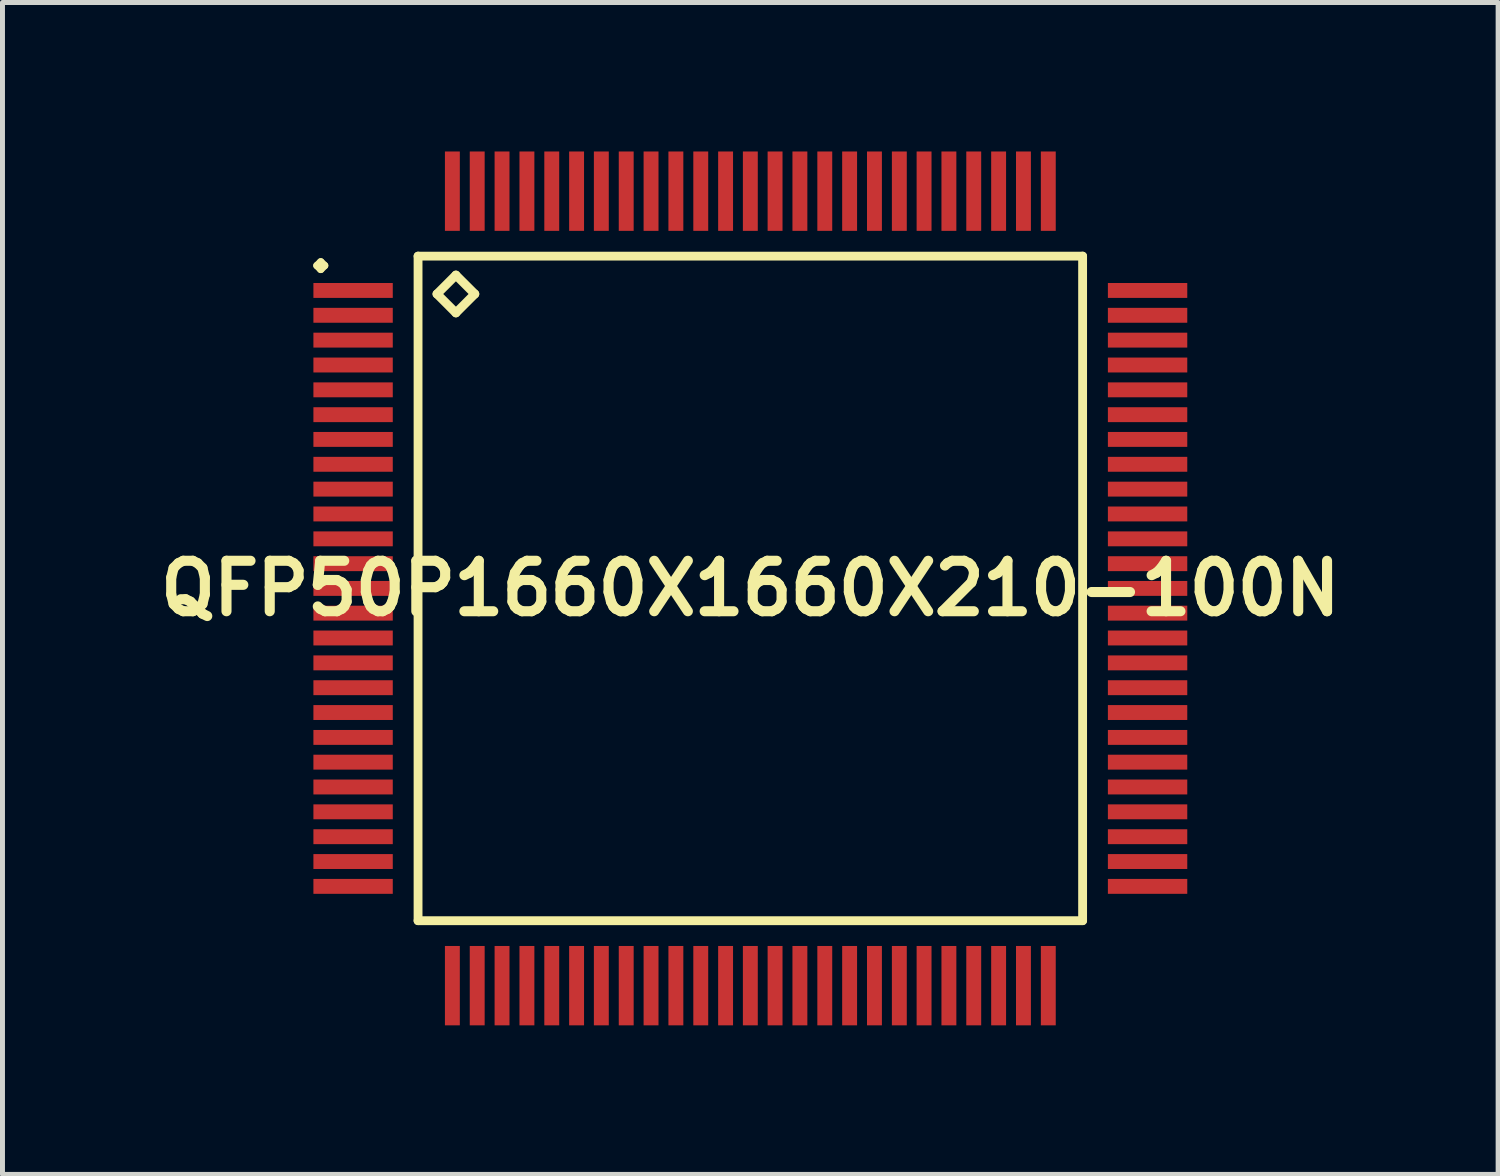
<source format=kicad_pcb>
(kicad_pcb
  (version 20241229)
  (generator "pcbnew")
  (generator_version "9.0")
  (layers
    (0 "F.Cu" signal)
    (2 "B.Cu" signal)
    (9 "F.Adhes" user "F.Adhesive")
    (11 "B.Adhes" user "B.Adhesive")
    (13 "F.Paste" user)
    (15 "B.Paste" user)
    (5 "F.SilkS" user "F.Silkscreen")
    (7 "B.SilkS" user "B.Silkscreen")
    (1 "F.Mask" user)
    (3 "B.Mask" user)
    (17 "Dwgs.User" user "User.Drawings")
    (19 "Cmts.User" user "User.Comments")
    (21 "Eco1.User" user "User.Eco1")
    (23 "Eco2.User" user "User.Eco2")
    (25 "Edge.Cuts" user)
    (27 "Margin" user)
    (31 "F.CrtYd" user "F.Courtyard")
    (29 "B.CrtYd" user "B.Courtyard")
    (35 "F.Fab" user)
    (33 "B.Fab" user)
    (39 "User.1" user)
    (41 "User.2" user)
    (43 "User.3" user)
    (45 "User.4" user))
  (footprint "QFP50P1660X1660X210-100N"
    (layer "F.Cu")
    (at 12.057 8.797)
    (property "Reference" "QFP50P1660X1660X210-100N" (at 0 0 0) (layer "F.SilkS") (effects (font (size 1.016 1.016) (thickness 0.203))))
    (attr smd)
    (fp_line (start -8.725 -6.5) (end -8.649 -6.574) (stroke (width 0.15) (type solid)) (layer "F.SilkS"))
    (fp_line (start -8.649 -6.574) (end -8.572 -6.5) (stroke (width 0.15) (type solid)) (layer "F.SilkS"))
    (fp_line (start -8.649 -6.424) (end -8.725 -6.5) (stroke (width 0.15) (type solid)) (layer "F.SilkS"))
    (fp_line (start -8.572 -6.5) (end -8.649 -6.424) (stroke (width 0.15) (type solid)) (layer "F.SilkS"))
    (fp_line (start -6.69 -6.69) (end -6.69 6.69) (stroke (width 0.178) (type solid)) (layer "F.SilkS"))
    (fp_line (start -6.69 6.69) (end 6.69 6.69) (stroke (width 0.178) (type solid)) (layer "F.SilkS"))
    (fp_line (start -6.309 -5.928) (end -5.928 -6.309) (stroke (width 0.178) (type solid)) (layer "F.SilkS"))
    (fp_line (start -5.928 -6.309) (end -5.547 -5.928) (stroke (width 0.178) (type solid)) (layer "F.SilkS"))
    (fp_line (start -5.928 -5.547) (end -6.309 -5.928) (stroke (width 0.178) (type solid)) (layer "F.SilkS"))
    (fp_line (start -5.547 -5.928) (end -5.928 -5.547) (stroke (width 0.178) (type solid)) (layer "F.SilkS"))
    (fp_line (start 6.69 -6.69) (end -6.69 -6.69) (stroke (width 0.178) (type solid)) (layer "F.SilkS"))
    (fp_line (start 6.69 6.69) (end 6.69 -6.69) (stroke (width 0.178) (type solid)) (layer "F.SilkS"))
    (pad "1" smd rect (at -7.998 -5.999) (size 1.598 0.3) (layers "F.Cu" "F.Mask" "F.Paste"))
    (pad "2" smd rect (at -7.998 -5.499) (size 1.598 0.3) (layers "F.Cu" "F.Mask" "F.Paste"))
    (pad "3" smd rect (at -7.998 -4.999) (size 1.598 0.3) (layers "F.Cu" "F.Mask" "F.Paste"))
    (pad "4" smd rect (at -7.998 -4.498) (size 1.598 0.3) (layers "F.Cu" "F.Mask" "F.Paste"))
    (pad "5" smd rect (at -7.998 -3.998) (size 1.598 0.3) (layers "F.Cu" "F.Mask" "F.Paste"))
    (pad "6" smd rect (at -7.998 -3.498) (size 1.598 0.3) (layers "F.Cu" "F.Mask" "F.Paste"))
    (pad "7" smd rect (at -7.998 -3) (size 1.598 0.3) (layers "F.Cu" "F.Mask" "F.Paste"))
    (pad "8" smd rect (at -7.998 -2.499) (size 1.598 0.3) (layers "F.Cu" "F.Mask" "F.Paste"))
    (pad "9" smd rect (at -7.998 -1.999) (size 1.598 0.3) (layers "F.Cu" "F.Mask" "F.Paste"))
    (pad "10" smd rect (at -7.998 -1.499) (size 1.598 0.3) (layers "F.Cu" "F.Mask" "F.Paste"))
    (pad "11" smd rect (at -7.998 -0.998) (size 1.598 0.3) (layers "F.Cu" "F.Mask" "F.Paste"))
    (pad "12" smd rect (at -7.998 -0.498) (size 1.598 0.3) (layers "F.Cu" "F.Mask" "F.Paste"))
    (pad "13" smd rect (at -7.998 0) (size 1.598 0.3) (layers "F.Cu" "F.Mask" "F.Paste"))
    (pad "14" smd rect (at -7.998 0.498) (size 1.598 0.3) (layers "F.Cu" "F.Mask" "F.Paste"))
    (pad "15" smd rect (at -7.998 0.998) (size 1.598 0.3) (layers "F.Cu" "F.Mask" "F.Paste"))
    (pad "16" smd rect (at -7.998 1.499) (size 1.598 0.3) (layers "F.Cu" "F.Mask" "F.Paste"))
    (pad "17" smd rect (at -7.998 1.999) (size 1.598 0.3) (layers "F.Cu" "F.Mask" "F.Paste"))
    (pad "18" smd rect (at -7.998 2.499) (size 1.598 0.3) (layers "F.Cu" "F.Mask" "F.Paste"))
    (pad "19" smd rect (at -7.998 3) (size 1.598 0.3) (layers "F.Cu" "F.Mask" "F.Paste"))
    (pad "20" smd rect (at -7.998 3.498) (size 1.598 0.3) (layers "F.Cu" "F.Mask" "F.Paste"))
    (pad "21" smd rect (at -7.998 3.998) (size 1.598 0.3) (layers "F.Cu" "F.Mask" "F.Paste"))
    (pad "22" smd rect (at -7.998 4.498) (size 1.598 0.3) (layers "F.Cu" "F.Mask" "F.Paste"))
    (pad "23" smd rect (at -7.998 4.999) (size 1.598 0.3) (layers "F.Cu" "F.Mask" "F.Paste"))
    (pad "24" smd rect (at -7.998 5.499) (size 1.598 0.3) (layers "F.Cu" "F.Mask" "F.Paste"))
    (pad "25" smd rect (at -7.998 5.999) (size 1.598 0.3) (layers "F.Cu" "F.Mask" "F.Paste"))
    (pad "26" smd rect (at -5.999 7.998) (size 0.3 1.598) (layers "F.Cu" "F.Mask" "F.Paste"))
    (pad "27" smd rect (at -5.499 7.998) (size 0.3 1.598) (layers "F.Cu" "F.Mask" "F.Paste"))
    (pad "28" smd rect (at -4.999 7.998) (size 0.3 1.598) (layers "F.Cu" "F.Mask" "F.Paste"))
    (pad "29" smd rect (at -4.498 7.998) (size 0.3 1.598) (layers "F.Cu" "F.Mask" "F.Paste"))
    (pad "30" smd rect (at -3.998 7.998) (size 0.3 1.598) (layers "F.Cu" "F.Mask" "F.Paste"))
    (pad "31" smd rect (at -3.498 7.998) (size 0.3 1.598) (layers "F.Cu" "F.Mask" "F.Paste"))
    (pad "32" smd rect (at -3 7.998) (size 0.3 1.598) (layers "F.Cu" "F.Mask" "F.Paste"))
    (pad "33" smd rect (at -2.499 7.998) (size 0.3 1.598) (layers "F.Cu" "F.Mask" "F.Paste"))
    (pad "34" smd rect (at -1.999 7.998) (size 0.3 1.598) (layers "F.Cu" "F.Mask" "F.Paste"))
    (pad "35" smd rect (at -1.499 7.998) (size 0.3 1.598) (layers "F.Cu" "F.Mask" "F.Paste"))
    (pad "36" smd rect (at -0.998 7.998) (size 0.3 1.598) (layers "F.Cu" "F.Mask" "F.Paste"))
    (pad "37" smd rect (at -0.498 7.998) (size 0.3 1.598) (layers "F.Cu" "F.Mask" "F.Paste"))
    (pad "38" smd rect (at 0 7.998) (size 0.3 1.598) (layers "F.Cu" "F.Mask" "F.Paste"))
    (pad "39" smd rect (at 0.498 7.998) (size 0.3 1.598) (layers "F.Cu" "F.Mask" "F.Paste"))
    (pad "40" smd rect (at 0.998 7.998) (size 0.3 1.598) (layers "F.Cu" "F.Mask" "F.Paste"))
    (pad "41" smd rect (at 1.499 7.998) (size 0.3 1.598) (layers "F.Cu" "F.Mask" "F.Paste"))
    (pad "42" smd rect (at 1.999 7.998) (size 0.3 1.598) (layers "F.Cu" "F.Mask" "F.Paste"))
    (pad "43" smd rect (at 2.499 7.998) (size 0.3 1.598) (layers "F.Cu" "F.Mask" "F.Paste"))
    (pad "44" smd rect (at 3 7.998) (size 0.3 1.598) (layers "F.Cu" "F.Mask" "F.Paste"))
    (pad "45" smd rect (at 3.498 7.998) (size 0.3 1.598) (layers "F.Cu" "F.Mask" "F.Paste"))
    (pad "46" smd rect (at 3.998 7.998) (size 0.3 1.598) (layers "F.Cu" "F.Mask" "F.Paste"))
    (pad "47" smd rect (at 4.498 7.998) (size 0.3 1.598) (layers "F.Cu" "F.Mask" "F.Paste"))
    (pad "48" smd rect (at 4.999 7.998) (size 0.3 1.598) (layers "F.Cu" "F.Mask" "F.Paste"))
    (pad "49" smd rect (at 5.499 7.998) (size 0.3 1.598) (layers "F.Cu" "F.Mask" "F.Paste"))
    (pad "50" smd rect (at 5.999 7.998) (size 0.3 1.598) (layers "F.Cu" "F.Mask" "F.Paste"))
    (pad "51" smd rect (at 7.998 5.999) (size 1.598 0.3) (layers "F.Cu" "F.Mask" "F.Paste"))
    (pad "52" smd rect (at 7.998 5.499) (size 1.598 0.3) (layers "F.Cu" "F.Mask" "F.Paste"))
    (pad "53" smd rect (at 7.998 4.999) (size 1.598 0.3) (layers "F.Cu" "F.Mask" "F.Paste"))
    (pad "54" smd rect (at 7.998 4.498) (size 1.598 0.3) (layers "F.Cu" "F.Mask" "F.Paste"))
    (pad "55" smd rect (at 7.998 3.998) (size 1.598 0.3) (layers "F.Cu" "F.Mask" "F.Paste"))
    (pad "56" smd rect (at 7.998 3.498) (size 1.598 0.3) (layers "F.Cu" "F.Mask" "F.Paste"))
    (pad "57" smd rect (at 7.998 3) (size 1.598 0.3) (layers "F.Cu" "F.Mask" "F.Paste"))
    (pad "58" smd rect (at 7.998 2.499) (size 1.598 0.3) (layers "F.Cu" "F.Mask" "F.Paste"))
    (pad "59" smd rect (at 7.998 1.999) (size 1.598 0.3) (layers "F.Cu" "F.Mask" "F.Paste"))
    (pad "60" smd rect (at 7.998 1.499) (size 1.598 0.3) (layers "F.Cu" "F.Mask" "F.Paste"))
    (pad "61" smd rect (at 7.998 0.998) (size 1.598 0.3) (layers "F.Cu" "F.Mask" "F.Paste"))
    (pad "62" smd rect (at 7.998 0.498) (size 1.598 0.3) (layers "F.Cu" "F.Mask" "F.Paste"))
    (pad "63" smd rect (at 7.998 0) (size 1.598 0.3) (layers "F.Cu" "F.Mask" "F.Paste"))
    (pad "64" smd rect (at 7.998 -0.498) (size 1.598 0.3) (layers "F.Cu" "F.Mask" "F.Paste"))
    (pad "65" smd rect (at 7.998 -0.998) (size 1.598 0.3) (layers "F.Cu" "F.Mask" "F.Paste"))
    (pad "66" smd rect (at 7.998 -1.499) (size 1.598 0.3) (layers "F.Cu" "F.Mask" "F.Paste"))
    (pad "67" smd rect (at 7.998 -1.999) (size 1.598 0.3) (layers "F.Cu" "F.Mask" "F.Paste"))
    (pad "68" smd rect (at 7.998 -2.499) (size 1.598 0.3) (layers "F.Cu" "F.Mask" "F.Paste"))
    (pad "69" smd rect (at 7.998 -3) (size 1.598 0.3) (layers "F.Cu" "F.Mask" "F.Paste"))
    (pad "70" smd rect (at 7.998 -3.498) (size 1.598 0.3) (layers "F.Cu" "F.Mask" "F.Paste"))
    (pad "71" smd rect (at 7.998 -3.998) (size 1.598 0.3) (layers "F.Cu" "F.Mask" "F.Paste"))
    (pad "72" smd rect (at 7.998 -4.498) (size 1.598 0.3) (layers "F.Cu" "F.Mask" "F.Paste"))
    (pad "73" smd rect (at 7.998 -4.999) (size 1.598 0.3) (layers "F.Cu" "F.Mask" "F.Paste"))
    (pad "74" smd rect (at 7.998 -5.499) (size 1.598 0.3) (layers "F.Cu" "F.Mask" "F.Paste"))
    (pad "75" smd rect (at 7.998 -5.999) (size 1.598 0.3) (layers "F.Cu" "F.Mask" "F.Paste"))
    (pad "76" smd rect (at 5.999 -7.998) (size 0.3 1.598) (layers "F.Cu" "F.Mask" "F.Paste"))
    (pad "77" smd rect (at 5.499 -7.998) (size 0.3 1.598) (layers "F.Cu" "F.Mask" "F.Paste"))
    (pad "78" smd rect (at 4.999 -7.998) (size 0.3 1.598) (layers "F.Cu" "F.Mask" "F.Paste"))
    (pad "79" smd rect (at 4.498 -7.998) (size 0.3 1.598) (layers "F.Cu" "F.Mask" "F.Paste"))
    (pad "80" smd rect (at 3.998 -7.998) (size 0.3 1.598) (layers "F.Cu" "F.Mask" "F.Paste"))
    (pad "81" smd rect (at 3.498 -7.998) (size 0.3 1.598) (layers "F.Cu" "F.Mask" "F.Paste"))
    (pad "82" smd rect (at 3 -7.998) (size 0.3 1.598) (layers "F.Cu" "F.Mask" "F.Paste"))
    (pad "83" smd rect (at 2.499 -7.998) (size 0.3 1.598) (layers "F.Cu" "F.Mask" "F.Paste"))
    (pad "84" smd rect (at 1.999 -7.998) (size 0.3 1.598) (layers "F.Cu" "F.Mask" "F.Paste"))
    (pad "85" smd rect (at 1.499 -7.998) (size 0.3 1.598) (layers "F.Cu" "F.Mask" "F.Paste"))
    (pad "86" smd rect (at 0.998 -7.998) (size 0.3 1.598) (layers "F.Cu" "F.Mask" "F.Paste"))
    (pad "87" smd rect (at 0.498 -7.998) (size 0.3 1.598) (layers "F.Cu" "F.Mask" "F.Paste"))
    (pad "88" smd rect (at 0 -7.998) (size 0.3 1.598) (layers "F.Cu" "F.Mask" "F.Paste"))
    (pad "89" smd rect (at -0.498 -7.998) (size 0.3 1.598) (layers "F.Cu" "F.Mask" "F.Paste"))
    (pad "90" smd rect (at -0.998 -7.998) (size 0.3 1.598) (layers "F.Cu" "F.Mask" "F.Paste"))
    (pad "91" smd rect (at -1.499 -7.998) (size 0.3 1.598) (layers "F.Cu" "F.Mask" "F.Paste"))
    (pad "92" smd rect (at -1.999 -7.998) (size 0.3 1.598) (layers "F.Cu" "F.Mask" "F.Paste"))
    (pad "93" smd rect (at -2.499 -7.998) (size 0.3 1.598) (layers "F.Cu" "F.Mask" "F.Paste"))
    (pad "94" smd rect (at -3 -7.998) (size 0.3 1.598) (layers "F.Cu" "F.Mask" "F.Paste"))
    (pad "95" smd rect (at -3.498 -7.998) (size 0.3 1.598) (layers "F.Cu" "F.Mask" "F.Paste"))
    (pad "96" smd rect (at -3.998 -7.998) (size 0.3 1.598) (layers "F.Cu" "F.Mask" "F.Paste"))
    (pad "97" smd rect (at -4.498 -7.998) (size 0.3 1.598) (layers "F.Cu" "F.Mask" "F.Paste"))
    (pad "98" smd rect (at -4.999 -7.998) (size 0.3 1.598) (layers "F.Cu" "F.Mask" "F.Paste"))
    (pad "99" smd rect (at -5.499 -7.998) (size 0.3 1.598) (layers "F.Cu" "F.Mask" "F.Paste"))
    (pad "100" smd rect (at -5.999 -7.998) (size 0.3 1.598) (layers "F.Cu" "F.Mask" "F.Paste")))
  (gr_rect
    (start -3 -3)
    (end 27.113 20.595)
    (stroke (width 0.1) (type default))
    (fill no)
    (layer "Edge.Cuts")))
</source>
